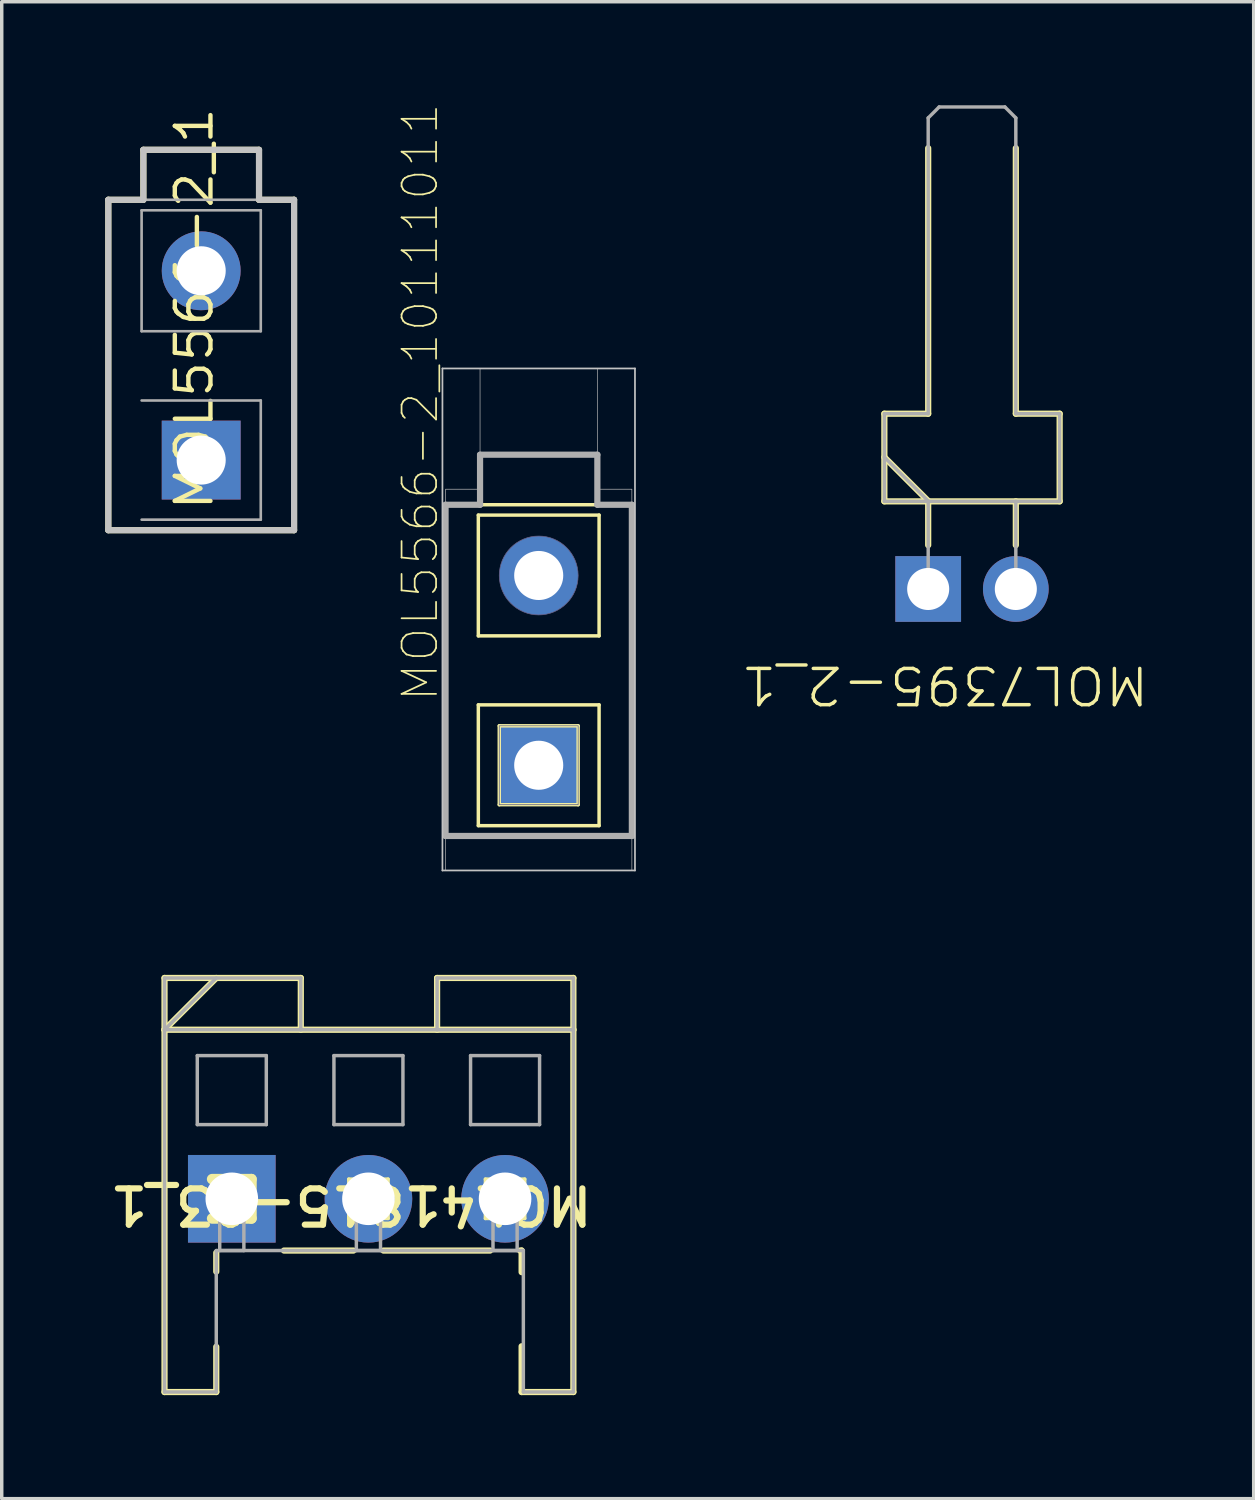
<source format=kicad_pcb>
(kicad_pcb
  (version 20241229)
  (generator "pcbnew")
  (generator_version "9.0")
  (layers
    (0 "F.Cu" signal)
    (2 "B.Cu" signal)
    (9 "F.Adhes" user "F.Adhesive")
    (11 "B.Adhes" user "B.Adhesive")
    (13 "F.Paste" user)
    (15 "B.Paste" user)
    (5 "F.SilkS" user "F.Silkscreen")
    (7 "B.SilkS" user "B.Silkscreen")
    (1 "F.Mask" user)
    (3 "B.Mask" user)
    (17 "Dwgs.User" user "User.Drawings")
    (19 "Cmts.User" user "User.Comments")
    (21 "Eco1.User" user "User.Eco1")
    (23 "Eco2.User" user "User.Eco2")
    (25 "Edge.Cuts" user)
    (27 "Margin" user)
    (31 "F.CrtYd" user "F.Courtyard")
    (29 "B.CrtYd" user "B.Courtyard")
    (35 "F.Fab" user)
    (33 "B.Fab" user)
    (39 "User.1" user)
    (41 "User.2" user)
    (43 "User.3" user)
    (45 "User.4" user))
  (footprint "MOL7395-2_1"
    (layer "F.Cu")
    (at 23.851 14.02)
    (property "Reference" "MOL7395-2_1" (at 0.481 2.783 180) (unlocked yes) (layer "F.SilkS") (effects (font (size 1.05 1.104) (thickness 0.1))))
    (attr smd)
    (fp_line (start -1.27 -5.08) (end 0 -5.08) (stroke (width 0.18) (type solid)) (layer "F.SilkS"))
    (fp_line (start -1.27 -3.82) (end 0 -2.55) (stroke (width 0.18) (type solid)) (layer "F.SilkS"))
    (fp_line (start -1.27 -2.54) (end -1.27 -5.08) (stroke (width 0.18) (type solid)) (layer "F.SilkS"))
    (fp_line (start -1.27 -2.54) (end 3.81 -2.54) (stroke (width 0.18) (type solid)) (layer "F.SilkS"))
    (fp_line (start 0 -5.08) (end 0 -12.776) (stroke (width 0.18) (type solid)) (layer "F.SilkS"))
    (fp_line (start 0 -1.27) (end 0 -2.54) (stroke (width 0.18) (type solid)) (layer "F.SilkS"))
    (fp_line (start 2.54 -5.08) (end 2.54 -12.776) (stroke (width 0.18) (type solid)) (layer "F.SilkS"))
    (fp_line (start 2.54 -5.08) (end 3.81 -5.08) (stroke (width 0.18) (type solid)) (layer "F.SilkS"))
    (fp_line (start 2.54 -1.27) (end 2.54 -2.54) (stroke (width 0.18) (type solid)) (layer "F.SilkS"))
    (fp_line (start 3.81 -2.54) (end 3.81 -5.08) (stroke (width 0.18) (type solid)) (layer "F.SilkS"))
    (fp_line (start -1.27 -5.08) (end 0 -5.08) (stroke (width 0.1) (type solid)) (layer "F.Fab"))
    (fp_line (start -1.27 -3.82) (end 0 -2.55) (stroke (width 0.1) (type solid)) (layer "F.Fab"))
    (fp_line (start -1.27 -2.54) (end -1.27 -5.08) (stroke (width 0.1) (type solid)) (layer "F.Fab"))
    (fp_line (start -1.27 -2.54) (end 3.81 -2.54) (stroke (width 0.1) (type solid)) (layer "F.Fab"))
    (fp_line (start 0 -13.652) (end 0.318 -13.97) (stroke (width 0.1) (type solid)) (layer "F.Fab"))
    (fp_line (start 0 -5.08) (end 0 -13.652) (stroke (width 0.1) (type solid)) (layer "F.Fab"))
    (fp_line (start 0 0) (end 0 -2.54) (stroke (width 0.1) (type solid)) (layer "F.Fab"))
    (fp_line (start 0.318 -13.97) (end 2.223 -13.97) (stroke (width 0.1) (type solid)) (layer "F.Fab"))
    (fp_line (start 2.223 -13.97) (end 2.54 -13.652) (stroke (width 0.1) (type solid)) (layer "F.Fab"))
    (fp_line (start 2.54 -5.08) (end 2.54 -13.652) (stroke (width 0.1) (type solid)) (layer "F.Fab"))
    (fp_line (start 2.54 -5.08) (end 3.81 -5.08) (stroke (width 0.1) (type solid)) (layer "F.Fab"))
    (fp_line (start 2.54 0) (end 2.54 -2.54) (stroke (width 0.1) (type solid)) (layer "F.Fab"))
    (fp_line (start 3.81 -2.54) (end 3.81 -5.08) (stroke (width 0.1) (type solid)) (layer "F.Fab"))
    (pad "1" thru_hole rect (at 0 0) (size 1.905 1.905) (drill 1.219) (layers "*.Cu" "*.Mask"))
    (pad "2" thru_hole circle (at 2.54 0) (size 1.905 1.905) (drill 1.219) (layers "*.Cu" "*.Mask")))
  (footprint "MOL5566-2_1"
    (layer "F.Cu")
    (at 2.781 10.284)
    (property "Reference" "MOL5566-2_1" (at -0.203 -4.381 90) (unlocked yes) (layer "F.SilkS") (effects (font (size 1.033 1.087) (thickness 0.127))))
    (attr smd)
    (fp_line (start -2.692 -7.544) (end -1.676 -7.544) (stroke (width 0.178) (type solid)) (layer "F.SilkS"))
    (fp_line (start -2.692 2.032) (end -2.692 -7.544) (stroke (width 0.178) (type solid)) (layer "F.SilkS"))
    (fp_line (start -2.692 2.032) (end 2.692 2.032) (stroke (width 0.178) (type solid)) (layer "F.SilkS"))
    (fp_line (start -1.676 -8.992) (end 1.676 -8.992) (stroke (width 0.178) (type solid)) (layer "F.SilkS"))
    (fp_line (start -1.676 -7.544) (end -1.676 -8.992) (stroke (width 0.178) (type solid)) (layer "F.SilkS"))
    (fp_line (start 1.676 -7.544) (end 1.676 -8.992) (stroke (width 0.178) (type solid)) (layer "F.SilkS"))
    (fp_line (start 1.676 -7.544) (end 2.692 -7.544) (stroke (width 0.178) (type solid)) (layer "F.SilkS"))
    (fp_line (start 2.692 2.032) (end 2.692 -7.544) (stroke (width 0.178) (type solid)) (layer "F.SilkS"))
    (fp_line (start -2.692 -7.544) (end -1.676 -7.544) (stroke (width 0.178) (type solid)) (layer "Dwgs.User"))
    (fp_line (start -2.692 2.032) (end -2.692 -7.544) (stroke (width 0.178) (type solid)) (layer "Dwgs.User"))
    (fp_line (start -2.692 2.032) (end 2.692 2.032) (stroke (width 0.178) (type solid)) (layer "Dwgs.User"))
    (fp_line (start -1.676 -8.992) (end 1.676 -8.992) (stroke (width 0.178) (type solid)) (layer "Dwgs.User"))
    (fp_line (start -1.676 -7.544) (end -1.676 -8.992) (stroke (width 0.178) (type solid)) (layer "Dwgs.User"))
    (fp_line (start 1.676 -7.544) (end 1.676 -8.992) (stroke (width 0.178) (type solid)) (layer "Dwgs.User"))
    (fp_line (start 1.676 -7.544) (end 2.692 -7.544) (stroke (width 0.178) (type solid)) (layer "Dwgs.User"))
    (fp_line (start 2.692 2.032) (end 2.692 -7.544) (stroke (width 0.178) (type solid)) (layer "Dwgs.User"))
    (fp_line (start -2.692 -7.544) (end -1.676 -7.544) (stroke (width 0.076) (type solid)) (layer "F.Fab"))
    (fp_line (start -2.692 2.032) (end -2.692 -7.544) (stroke (width 0.076) (type solid)) (layer "F.Fab"))
    (fp_line (start -2.692 2.032) (end 2.692 2.032) (stroke (width 0.076) (type solid)) (layer "F.Fab"))
    (fp_line (start -1.727 -7.239) (end 1.727 -7.239) (stroke (width 0.076) (type solid)) (layer "F.Fab"))
    (fp_line (start -1.727 -3.734) (end -1.727 -7.239) (stroke (width 0.076) (type solid)) (layer "F.Fab"))
    (fp_line (start -1.727 -3.734) (end 1.727 -3.734) (stroke (width 0.076) (type solid)) (layer "F.Fab"))
    (fp_line (start -1.727 -1.727) (end 1.727 -1.727) (stroke (width 0.076) (type solid)) (layer "F.Fab"))
    (fp_line (start -1.727 1.727) (end 1.727 1.727) (stroke (width 0.076) (type solid)) (layer "F.Fab"))
    (fp_line (start -1.676 -8.992) (end 1.676 -8.992) (stroke (width 0.076) (type solid)) (layer "F.Fab"))
    (fp_line (start -1.676 -7.544) (end -1.676 -8.992) (stroke (width 0.076) (type solid)) (layer "F.Fab"))
    (fp_line (start -1.676 -7.544) (end 1.676 -7.544) (stroke (width 0.076) (type solid)) (layer "F.Fab"))
    (fp_line (start 1.676 -7.544) (end 1.676 -8.992) (stroke (width 0.076) (type solid)) (layer "F.Fab"))
    (fp_line (start 1.676 -7.544) (end 2.692 -7.544) (stroke (width 0.076) (type solid)) (layer "F.Fab"))
    (fp_line (start 1.727 -3.734) (end 1.727 -7.239) (stroke (width 0.076) (type solid)) (layer "F.Fab"))
    (fp_line (start 1.727 1.727) (end 1.727 -1.727) (stroke (width 0.076) (type solid)) (layer "F.Fab"))
    (fp_line (start 2.692 2.032) (end 2.692 -7.544) (stroke (width 0.076) (type solid)) (layer "F.Fab"))
    (pad "1" thru_hole rect (at 0 0) (size 2.286 2.286) (drill 1.422) (layers "*.Cu" "*.Mask"))
    (pad "2" thru_hole circle (at 0 -5.486) (size 2.286 2.286) (drill 1.422) (layers "*.Cu" "*.Mask")))
  (footprint "MOL5566-2_10111011"
    (placed yes)
    (layer "F.Cu")
    (at 12.563 19.129)
    (property "Reference" "MOL5566-2_10111011" (at -2.85 -1.798 270) (layer "F.SilkS") (effects (font (size 1 1) (thickness 0.05)) (justify left bottom)))
    (attr through_hole)
    (fp_line (start -2.7 -7.55) (end -1.7 -7.55) (stroke (width 0.1) (type solid)) (layer "F.SilkS"))
    (fp_line (start -2.7 2.05) (end -2.7 -7.55) (stroke (width 0.1) (type solid)) (layer "F.SilkS"))
    (fp_line (start -1.75 -7.25) (end -1.75 -3.75) (stroke (width 0.1) (type solid)) (layer "F.SilkS"))
    (fp_line (start -1.75 -3.75) (end 1.75 -3.75) (stroke (width 0.1) (type solid)) (layer "F.SilkS"))
    (fp_line (start -1.75 -1.75) (end -1.75 1.75) (stroke (width 0.1) (type solid)) (layer "F.SilkS"))
    (fp_line (start -1.75 1.75) (end 1.75 1.75) (stroke (width 0.1) (type solid)) (layer "F.SilkS"))
    (fp_line (start -1.7 -9) (end 1.7 -9) (stroke (width 0.1) (type solid)) (layer "F.SilkS"))
    (fp_line (start -1.7 -7.55) (end -1.7 -9) (stroke (width 0.1) (type solid)) (layer "F.SilkS"))
    (fp_line (start -1.7 -7.55) (end 1.7 -7.55) (stroke (width 0.1) (type solid)) (layer "F.SilkS"))
    (fp_line (start -1.143 -1.143) (end -1.143 1.143) (stroke (width 0.1) (type solid)) (layer "F.SilkS"))
    (fp_line (start -1.143 1.143) (end 1.143 1.143) (stroke (width 0.1) (type solid)) (layer "F.SilkS"))
    (fp_line (start 1.143 -1.143) (end -1.143 -1.143) (stroke (width 0.1) (type solid)) (layer "F.SilkS"))
    (fp_line (start 1.143 1.143) (end 1.143 -1.143) (stroke (width 0.1) (type solid)) (layer "F.SilkS"))
    (fp_line (start 1.7 -9) (end 1.7 -7.55) (stroke (width 0.1) (type solid)) (layer "F.SilkS"))
    (fp_line (start 1.7 -7.55) (end 2.7 -7.55) (stroke (width 0.1) (type solid)) (layer "F.SilkS"))
    (fp_line (start 1.75 -7.25) (end -1.75 -7.25) (stroke (width 0.1) (type solid)) (layer "F.SilkS"))
    (fp_line (start 1.75 -3.75) (end 1.75 -7.25) (stroke (width 0.1) (type solid)) (layer "F.SilkS"))
    (fp_line (start 1.75 -1.75) (end -1.75 -1.75) (stroke (width 0.1) (type solid)) (layer "F.SilkS"))
    (fp_line (start 1.75 1.75) (end 1.75 -1.75) (stroke (width 0.1) (type solid)) (layer "F.SilkS"))
    (fp_line (start 2.7 -7.55) (end 2.7 2.05) (stroke (width 0.1) (type solid)) (layer "F.SilkS"))
    (fp_line (start 2.7 2.05) (end -2.7 2.05) (stroke (width 0.1) (type solid)) (layer "F.SilkS"))
    (fp_line (start -2.79 -11.5) (end 2.79 -11.5) (stroke (width 0.05) (type solid)) (layer "Dwgs.User"))
    (fp_line (start -2.79 3.05) (end -2.79 -11.5) (stroke (width 0.05) (type solid)) (layer "Dwgs.User"))
    (fp_line (start 2.79 -11.5) (end 2.79 3.05) (stroke (width 0.05) (type solid)) (layer "Dwgs.User"))
    (fp_line (start 2.79 3.05) (end -2.79 3.05) (stroke (width 0.05) (type solid)) (layer "Dwgs.User"))
    (fp_arc (start 1.143 -5.5) (mid -1.143 -5.5) (end 1.143 -5.5) (stroke (width 0.02) (type solid)) (layer "B.Fab"))
    (fp_poly (pts (xy 1.143 -1.143) (xy 1.143 1.143) (xy -1.143 1.143) (xy -1.143 -1.143)) (stroke (width 0.02) (type solid)) (fill no) (layer "B.Fab"))
    (fp_line (start -2.7 -7.55) (end -1.7 -7.55) (stroke (width 0.18) (type solid)) (layer "F.Fab"))
    (fp_line (start -2.7 2.05) (end -2.7 -7.55) (stroke (width 0.18) (type solid)) (layer "F.Fab"))
    (fp_line (start -1.7 -9) (end 1.7 -9) (stroke (width 0.18) (type solid)) (layer "F.Fab"))
    (fp_line (start -1.7 -7.55) (end -1.7 -9) (stroke (width 0.18) (type solid)) (layer "F.Fab"))
    (fp_line (start 1.7 -9) (end 1.7 -7.55) (stroke (width 0.18) (type solid)) (layer "F.Fab"))
    (fp_line (start 1.7 -7.55) (end 2.7 -7.55) (stroke (width 0.18) (type solid)) (layer "F.Fab"))
    (fp_line (start 2.7 -7.55) (end 2.7 2.05) (stroke (width 0.18) (type solid)) (layer "F.Fab"))
    (fp_line (start 2.7 2.05) (end -2.7 2.05) (stroke (width 0.18) (type solid)) (layer "F.Fab"))
    (fp_poly (pts (xy -2.7 -8) (xy -1.7 -8) (xy -1.7 -11.5) (xy 1.7 -11.5) (xy 1.7 -8) (xy 2.7 -8) (xy 2.7 3.05) (xy -2.7 3.05)) (stroke (width 0.02) (type solid)) (fill no) (layer "F.Fab"))
    (pad "1" thru_hole rect (at 0 0) (size 2.286 2.286) (drill 1.422) (layers "*.Cu" "*.Mask"))
    (pad "2" thru_hole circle (at 0 -5.5) (size 2.286 2.286) (drill 1.422) (layers "*.Cu" "*.Mask")))
  (footprint "MOL41815-03_1"
    (layer "F.Cu")
    (at 3.668 31.694)
    (property "Reference" "MOL41815-03_1" (at 3.457 0.175 180) (unlocked yes) (layer "F.SilkS") (effects (font (size 1.05 1.104) (thickness 0.18))))
    (attr smd)
    (fp_line (start -1.95 -6.4) (end 2 -6.4) (stroke (width 0.18) (type solid)) (layer "F.SilkS"))
    (fp_line (start -1.95 -4.9) (end -1.95 -6.4) (stroke (width 0.18) (type solid)) (layer "F.SilkS"))
    (fp_line (start -1.95 -4.9) (end -0.45 -6.4) (stroke (width 0.18) (type solid)) (layer "F.SilkS"))
    (fp_line (start -1.95 -4.9) (end 9.9 -4.9) (stroke (width 0.18) (type solid)) (layer "F.SilkS"))
    (fp_line (start -1.95 5.6) (end -1.95 -4.9) (stroke (width 0.18) (type solid)) (layer "F.SilkS"))
    (fp_line (start -1.95 5.6) (end -0.45 5.6) (stroke (width 0.18) (type solid)) (layer "F.SilkS"))
    (fp_line (start -0.57 -0.57) (end 0.57 -0.57) (stroke (width 0.305) (type solid)) (layer "F.SilkS"))
    (fp_line (start -0.57 0.57) (end 0.57 0.57) (stroke (width 0.305) (type solid)) (layer "F.SilkS"))
    (fp_line (start -0.45 2.111) (end -0.45 1.562) (stroke (width 0.18) (type solid)) (layer "F.SilkS"))
    (fp_line (start -0.45 5.6) (end -0.45 4.289) (stroke (width 0.18) (type solid)) (layer "F.SilkS"))
    (fp_line (start 0.57 0.57) (end 0.57 -0.57) (stroke (width 0.305) (type solid)) (layer "F.SilkS"))
    (fp_line (start 1.512 1.5) (end 3.526 1.5) (stroke (width 0.18) (type solid)) (layer "F.SilkS"))
    (fp_line (start 2 -4.9) (end 2 -6.4) (stroke (width 0.18) (type solid)) (layer "F.SilkS"))
    (fp_line (start 3.39 -0.57) (end 4.53 -0.57) (stroke (width 0.1) (type solid)) (layer "F.SilkS"))
    (fp_line (start 3.39 0.57) (end 3.39 -0.57) (stroke (width 0.1) (type solid)) (layer "F.SilkS"))
    (fp_line (start 3.39 0.57) (end 4.53 0.57) (stroke (width 0.1) (type solid)) (layer "F.SilkS"))
    (fp_line (start 4.394 1.5) (end 7.486 1.5) (stroke (width 0.18) (type solid)) (layer "F.SilkS"))
    (fp_line (start 4.53 0.57) (end 4.53 -0.57) (stroke (width 0.1) (type solid)) (layer "F.SilkS"))
    (fp_line (start 5.95 -6.4) (end 9.9 -6.4) (stroke (width 0.18) (type solid)) (layer "F.SilkS"))
    (fp_line (start 5.95 -4.9) (end 5.95 -6.4) (stroke (width 0.18) (type solid)) (layer "F.SilkS"))
    (fp_line (start 7.35 -0.57) (end 8.49 -0.57) (stroke (width 0.1) (type solid)) (layer "F.SilkS"))
    (fp_line (start 7.35 0.57) (end 7.35 -0.57) (stroke (width 0.1) (type solid)) (layer "F.SilkS"))
    (fp_line (start 7.35 0.57) (end 8.49 0.57) (stroke (width 0.1) (type solid)) (layer "F.SilkS"))
    (fp_line (start 8.354 1.5) (end 8.4 1.5) (stroke (width 0.18) (type solid)) (layer "F.SilkS"))
    (fp_line (start 8.4 2.126) (end 8.4 1.5) (stroke (width 0.18) (type solid)) (layer "F.SilkS"))
    (fp_line (start 8.4 5.6) (end 8.4 4.274) (stroke (width 0.18) (type solid)) (layer "F.SilkS"))
    (fp_line (start 8.4 5.6) (end 9.9 5.6) (stroke (width 0.18) (type solid)) (layer "F.SilkS"))
    (fp_line (start 8.49 0.57) (end 8.49 -0.57) (stroke (width 0.1) (type solid)) (layer "F.SilkS"))
    (fp_line (start 9.9 -4.9) (end 9.9 -6.4) (stroke (width 0.18) (type solid)) (layer "F.SilkS"))
    (fp_line (start 9.9 5.6) (end 9.9 -4.9) (stroke (width 0.18) (type solid)) (layer "F.SilkS"))
    (fp_line (start -1.95 -6.4) (end 2 -6.4) (stroke (width 0.1) (type solid)) (layer "F.Fab"))
    (fp_line (start -1.95 -4.9) (end -1.95 -6.4) (stroke (width 0.1) (type solid)) (layer "F.Fab"))
    (fp_line (start -1.95 -4.9) (end -0.45 -6.4) (stroke (width 0.1) (type solid)) (layer "F.Fab"))
    (fp_line (start -1.95 -4.9) (end 9.9 -4.9) (stroke (width 0.1) (type solid)) (layer "F.Fab"))
    (fp_line (start -1.95 5.6) (end -1.95 -4.9) (stroke (width 0.1) (type solid)) (layer "F.Fab"))
    (fp_line (start -1.95 5.6) (end -0.45 5.6) (stroke (width 0.1) (type solid)) (layer "F.Fab"))
    (fp_line (start -1 -4.15) (end 1 -4.15) (stroke (width 0.1) (type solid)) (layer "F.Fab"))
    (fp_line (start -1 -2.15) (end -1 -4.15) (stroke (width 0.1) (type solid)) (layer "F.Fab"))
    (fp_line (start -1 -2.15) (end 1 -2.15) (stroke (width 0.1) (type solid)) (layer "F.Fab"))
    (fp_line (start -0.45 1.5) (end 8.45 1.5) (stroke (width 0.1) (type solid)) (layer "F.Fab"))
    (fp_line (start -0.45 5.6) (end -0.45 1.5) (stroke (width 0.1) (type solid)) (layer "F.Fab"))
    (fp_line (start -0.35 -0.35) (end 0.35 -0.35) (stroke (width 0.1) (type solid)) (layer "F.Fab"))
    (fp_line (start -0.35 0) (end 0.35 0) (stroke (width 0.1) (type solid)) (layer "F.Fab"))
    (fp_line (start -0.35 1.5) (end -0.35 -0.35) (stroke (width 0.1) (type solid)) (layer "F.Fab"))
    (fp_line (start -0.35 1.5) (end 0.35 1.5) (stroke (width 0.1) (type solid)) (layer "F.Fab"))
    (fp_line (start 0.35 1.5) (end 0.35 -0.35) (stroke (width 0.1) (type solid)) (layer "F.Fab"))
    (fp_line (start 1 -2.15) (end 1 -4.15) (stroke (width 0.1) (type solid)) (layer "F.Fab"))
    (fp_line (start 2 -4.9) (end 2 -6.4) (stroke (width 0.1) (type solid)) (layer "F.Fab"))
    (fp_line (start 2.96 -4.15) (end 4.96 -4.15) (stroke (width 0.1) (type solid)) (layer "F.Fab"))
    (fp_line (start 2.96 -2.15) (end 2.96 -4.15) (stroke (width 0.1) (type solid)) (layer "F.Fab"))
    (fp_line (start 2.96 -2.15) (end 4.96 -2.15) (stroke (width 0.1) (type solid)) (layer "F.Fab"))
    (fp_line (start 3.61 -0.35) (end 4.31 -0.35) (stroke (width 0.1) (type solid)) (layer "F.Fab"))
    (fp_line (start 3.61 0) (end 4.31 0) (stroke (width 0.1) (type solid)) (layer "F.Fab"))
    (fp_line (start 3.61 1.5) (end 3.61 -0.35) (stroke (width 0.1) (type solid)) (layer "F.Fab"))
    (fp_line (start 3.61 1.5) (end 4.31 1.5) (stroke (width 0.1) (type solid)) (layer "F.Fab"))
    (fp_line (start 4.31 1.5) (end 4.31 -0.35) (stroke (width 0.1) (type solid)) (layer "F.Fab"))
    (fp_line (start 4.96 -2.15) (end 4.96 -4.15) (stroke (width 0.1) (type solid)) (layer "F.Fab"))
    (fp_line (start 5.95 -6.4) (end 9.9 -6.4) (stroke (width 0.1) (type solid)) (layer "F.Fab"))
    (fp_line (start 5.95 -4.9) (end 5.95 -6.4) (stroke (width 0.1) (type solid)) (layer "F.Fab"))
    (fp_line (start 6.92 -4.15) (end 8.92 -4.15) (stroke (width 0.1) (type solid)) (layer "F.Fab"))
    (fp_line (start 6.92 -2.15) (end 6.92 -4.15) (stroke (width 0.1) (type solid)) (layer "F.Fab"))
    (fp_line (start 6.92 -2.15) (end 8.92 -2.15) (stroke (width 0.1) (type solid)) (layer "F.Fab"))
    (fp_line (start 7.57 -0.35) (end 8.27 -0.35) (stroke (width 0.1) (type solid)) (layer "F.Fab"))
    (fp_line (start 7.57 0) (end 8.27 0) (stroke (width 0.1) (type solid)) (layer "F.Fab"))
    (fp_line (start 7.57 1.5) (end 7.57 -0.35) (stroke (width 0.1) (type solid)) (layer "F.Fab"))
    (fp_line (start 7.57 1.5) (end 8.27 1.5) (stroke (width 0.1) (type solid)) (layer "F.Fab"))
    (fp_line (start 8.27 1.5) (end 8.27 -0.35) (stroke (width 0.1) (type solid)) (layer "F.Fab"))
    (fp_line (start 8.45 5.6) (end 8.45 1.5) (stroke (width 0.1) (type solid)) (layer "F.Fab"))
    (fp_line (start 8.45 5.6) (end 9.9 5.6) (stroke (width 0.1) (type solid)) (layer "F.Fab"))
    (fp_line (start 8.92 -2.15) (end 8.92 -4.15) (stroke (width 0.1) (type solid)) (layer "F.Fab"))
    (fp_line (start 9.9 -4.9) (end 9.9 -6.4) (stroke (width 0.1) (type solid)) (layer "F.Fab"))
    (fp_line (start 9.9 5.6) (end 9.9 -4.9) (stroke (width 0.1) (type solid)) (layer "F.Fab"))
    (pad "1" thru_hole rect (at 0 0) (size 2.54 2.54) (drill 1.524) (layers "*.Cu" "*.Mask"))
    (pad "2" thru_hole circle (at 3.96 0) (size 2.54 2.54) (drill 1.524) (layers "*.Cu" "*.Mask"))
    (pad "3" thru_hole circle (at 7.92 0) (size 2.54 2.54) (drill 1.524) (layers "*.Cu" "*.Mask")))
  (gr_rect
    (start -3 -3)
    (end 33.285 40.384)
    (stroke (width 0.1) (type default))
    (fill no)
    (layer "Edge.Cuts")))
</source>
